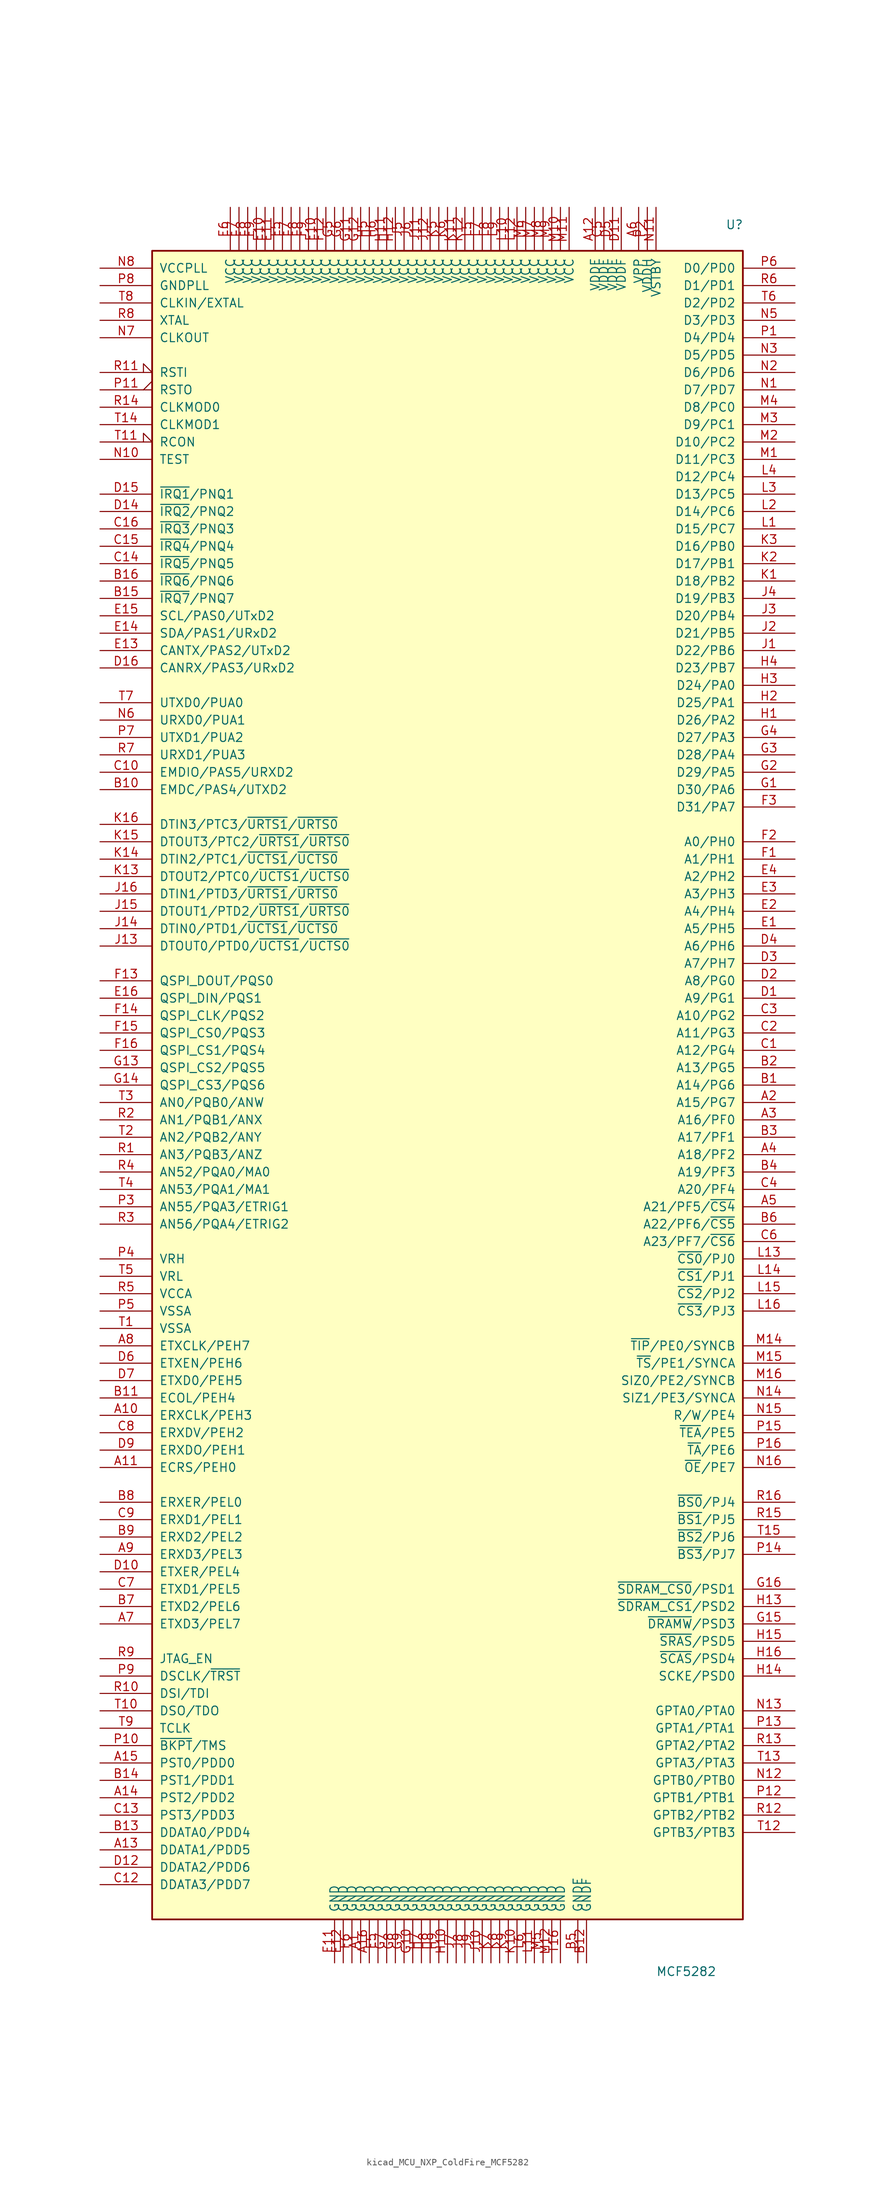
<source format=kicad_sym>
(kicad_symbol_lib
  (version 20220914)
  (generator kicad_symbol_editor)
  (symbol "kicad_MCU_NXP_ColdFire_MCF5282"
    (pin_names
      (offset 1.016))
    (property "Reference" "U"
      (at 40.64 125.73 0)
      (effects (font (size 1.27 1.27)) (justify left)))
    (property "Value" "MCF5282"
      (at 30.48 -129.54 0)
      (effects (font (size 1.27 1.27)) (justify left)))
    (symbol "kicad_MCU_NXP_ColdFire_MCF5282_0_1"
      (rectangle (start -43.18 121.92) (end 43.18 -121.92) (stroke (width 0.254) (type default)) (fill (type background))))
    (symbol "kicad_MCU_NXP_ColdFire_MCF5282_1_1"
      (pin power_in line (at -12.7 -128.27 90) (length 6.35) (name "GND" (effects (font (size 1.27 1.27)))) (number "A1" (effects (font (size 1.27 1.27)))))
      (pin bidirectional line (at -50.8 -48.26 0) (length 7.62) (name "ERXCLK/PEH3" (effects (font (size 1.27 1.27)))) (number "A10" (effects (font (size 1.27 1.27)))))
      (pin bidirectional line (at -50.8 -55.88 0) (length 7.62) (name "ECRS/PEH0" (effects (font (size 1.27 1.27)))) (number "A11" (effects (font (size 1.27 1.27)))))
      (pin power_in line (at 21.59 128.27 270) (length 6.35) (name "VDDF" (effects (font (size 1.27 1.27)))) (number "A12" (effects (font (size 1.27 1.27)))))
      (pin output line (at -50.8 -111.76 0) (length 7.62) (name "DDATA1/PDD5" (effects (font (size 1.27 1.27)))) (number "A13" (effects (font (size 1.27 1.27)))))
      (pin output line (at -50.8 -104.14 0) (length 7.62) (name "PST2/PDD2" (effects (font (size 1.27 1.27)))) (number "A14" (effects (font (size 1.27 1.27)))))
      (pin output line (at -50.8 -99.06 0) (length 7.62) (name "PST0/PDD0" (effects (font (size 1.27 1.27)))) (number "A15" (effects (font (size 1.27 1.27)))))
      (pin power_in line (at -11.43 -128.27 90) (length 6.35) (name "GND" (effects (font (size 1.27 1.27)))) (number "A16" (effects (font (size 1.27 1.27)))))
      (pin bidirectional line (at 50.8 -2.54 180) (length 7.62) (name "A15/PG7" (effects (font (size 1.27 1.27)))) (number "A2" (effects (font (size 1.27 1.27)))))
      (pin bidirectional line (at 50.8 -5.08 180) (length 7.62) (name "A16/PF0" (effects (font (size 1.27 1.27)))) (number "A3" (effects (font (size 1.27 1.27)))))
      (pin bidirectional line (at 50.8 -10.16 180) (length 7.62) (name "A18/PF2" (effects (font (size 1.27 1.27)))) (number "A4" (effects (font (size 1.27 1.27)))))
      (pin bidirectional line (at 50.8 -17.78 180) (length 7.62) (name "A21/PF5/~{CS4}" (effects (font (size 1.27 1.27)))) (number "A5" (effects (font (size 1.27 1.27)))))
      (pin power_in line (at 27.94 128.27 270) (length 6.35) (name "VPP" (effects (font (size 1.27 1.27)))) (number "A6" (effects (font (size 1.27 1.27)))))
      (pin bidirectional line (at -50.8 -78.74 0) (length 7.62) (name "ETXD3/PEL7" (effects (font (size 1.27 1.27)))) (number "A7" (effects (font (size 1.27 1.27)))))
      (pin bidirectional line (at -50.8 -38.1 0) (length 7.62) (name "ETXCLK/PEH7" (effects (font (size 1.27 1.27)))) (number "A8" (effects (font (size 1.27 1.27)))))
      (pin bidirectional line (at -50.8 -68.58 0) (length 7.62) (name "ERXD3/PEL3" (effects (font (size 1.27 1.27)))) (number "A9" (effects (font (size 1.27 1.27)))))
      (pin bidirectional line (at 50.8 0 180) (length 7.62) (name "A14/PG6" (effects (font (size 1.27 1.27)))) (number "B1" (effects (font (size 1.27 1.27)))))
      (pin input line (at -50.8 43.18 0) (length 7.62) (name "EMDC/PAS4/UTXD2" (effects (font (size 1.27 1.27)))) (number "B10" (effects (font (size 1.27 1.27)))))
      (pin bidirectional line (at -50.8 -45.72 0) (length 7.62) (name "ECOL/PEH4" (effects (font (size 1.27 1.27)))) (number "B11" (effects (font (size 1.27 1.27)))))
      (pin power_in line (at 20.32 -128.27 90) (length 6.35) (name "GNDF" (effects (font (size 1.27 1.27)))) (number "B12" (effects (font (size 1.27 1.27)))))
      (pin output line (at -50.8 -109.22 0) (length 7.62) (name "DDATA0/PDD4" (effects (font (size 1.27 1.27)))) (number "B13" (effects (font (size 1.27 1.27)))))
      (pin output line (at -50.8 -101.6 0) (length 7.62) (name "PST1/PDD1" (effects (font (size 1.27 1.27)))) (number "B14" (effects (font (size 1.27 1.27)))))
      (pin bidirectional line (at -50.8 71.12 0) (length 7.62) (name "~{IRQ7}/PNQ7" (effects (font (size 1.27 1.27)))) (number "B15" (effects (font (size 1.27 1.27)))))
      (pin bidirectional line (at -50.8 73.66 0) (length 7.62) (name "~{IRQ6}/PNQ6" (effects (font (size 1.27 1.27)))) (number "B16" (effects (font (size 1.27 1.27)))))
      (pin bidirectional line (at 50.8 2.54 180) (length 7.62) (name "A13/PG5" (effects (font (size 1.27 1.27)))) (number "B2" (effects (font (size 1.27 1.27)))))
      (pin bidirectional line (at 50.8 -7.62 180) (length 7.62) (name "A17/PF1" (effects (font (size 1.27 1.27)))) (number "B3" (effects (font (size 1.27 1.27)))))
      (pin bidirectional line (at 50.8 -12.7 180) (length 7.62) (name "A19/PF3" (effects (font (size 1.27 1.27)))) (number "B4" (effects (font (size 1.27 1.27)))))
      (pin passive line (at 19.05 -128.27 90) (length 6.35) (name "GNDF" (effects (font (size 1.27 1.27)))) (number "B5" (effects (font (size 1.27 1.27)))))
      (pin bidirectional line (at 50.8 -20.32 180) (length 7.62) (name "A22/PF6/~{CS5}" (effects (font (size 1.27 1.27)))) (number "B6" (effects (font (size 1.27 1.27)))))
      (pin bidirectional line (at -50.8 -76.2 0) (length 7.62) (name "ETXD2/PEL6" (effects (font (size 1.27 1.27)))) (number "B7" (effects (font (size 1.27 1.27)))))
      (pin bidirectional line (at -50.8 -60.96 0) (length 7.62) (name "ERXER/PEL0" (effects (font (size 1.27 1.27)))) (number "B8" (effects (font (size 1.27 1.27)))))
      (pin bidirectional line (at -50.8 -66.04 0) (length 7.62) (name "ERXD2/PEL2" (effects (font (size 1.27 1.27)))) (number "B9" (effects (font (size 1.27 1.27)))))
      (pin bidirectional line (at 50.8 5.08 180) (length 7.62) (name "A12/PG4" (effects (font (size 1.27 1.27)))) (number "C1" (effects (font (size 1.27 1.27)))))
      (pin bidirectional line (at -50.8 45.72 0) (length 7.62) (name "EMDIO/PAS5/URXD2" (effects (font (size 1.27 1.27)))) (number "C10" (effects (font (size 1.27 1.27)))))
      (pin output line (at -50.8 -116.84 0) (length 7.62) (name "DDATA3/PDD7" (effects (font (size 1.27 1.27)))) (number "C12" (effects (font (size 1.27 1.27)))))
      (pin output line (at -50.8 -106.68 0) (length 7.62) (name "PST3/PDD3" (effects (font (size 1.27 1.27)))) (number "C13" (effects (font (size 1.27 1.27)))))
      (pin bidirectional line (at -50.8 76.2 0) (length 7.62) (name "~{IRQ5}/PNQ5" (effects (font (size 1.27 1.27)))) (number "C14" (effects (font (size 1.27 1.27)))))
      (pin bidirectional line (at -50.8 78.74 0) (length 7.62) (name "~{IRQ4}/PNQ4" (effects (font (size 1.27 1.27)))) (number "C15" (effects (font (size 1.27 1.27)))))
      (pin bidirectional line (at -50.8 81.28 0) (length 7.62) (name "~{IRQ3}/PNQ3" (effects (font (size 1.27 1.27)))) (number "C16" (effects (font (size 1.27 1.27)))))
      (pin bidirectional line (at 50.8 7.62 180) (length 7.62) (name "A11/PG3" (effects (font (size 1.27 1.27)))) (number "C2" (effects (font (size 1.27 1.27)))))
      (pin bidirectional line (at 50.8 10.16 180) (length 7.62) (name "A10/PG2" (effects (font (size 1.27 1.27)))) (number "C3" (effects (font (size 1.27 1.27)))))
      (pin bidirectional line (at 50.8 -15.24 180) (length 7.62) (name "A20/PF4" (effects (font (size 1.27 1.27)))) (number "C4" (effects (font (size 1.27 1.27)))))
      (pin power_in line (at 22.86 128.27 270) (length 6.35) (name "VDDF" (effects (font (size 1.27 1.27)))) (number "C5" (effects (font (size 1.27 1.27)))))
      (pin bidirectional line (at 50.8 -22.86 180) (length 7.62) (name "A23/PF7/~{CS6}" (effects (font (size 1.27 1.27)))) (number "C6" (effects (font (size 1.27 1.27)))))
      (pin bidirectional line (at -50.8 -73.66 0) (length 7.62) (name "ETXD1/PEL5" (effects (font (size 1.27 1.27)))) (number "C7" (effects (font (size 1.27 1.27)))))
      (pin bidirectional line (at -50.8 -50.8 0) (length 7.62) (name "ERXDV/PEH2" (effects (font (size 1.27 1.27)))) (number "C8" (effects (font (size 1.27 1.27)))))
      (pin bidirectional line (at -50.8 -63.5 0) (length 7.62) (name "ERXD1/PEL1" (effects (font (size 1.27 1.27)))) (number "C9" (effects (font (size 1.27 1.27)))))
      (pin bidirectional line (at 50.8 12.7 180) (length 7.62) (name "A9/PG1" (effects (font (size 1.27 1.27)))) (number "D1" (effects (font (size 1.27 1.27)))))
      (pin bidirectional line (at -50.8 -71.12 0) (length 7.62) (name "ETXER/PEL4" (effects (font (size 1.27 1.27)))) (number "D10" (effects (font (size 1.27 1.27)))))
      (pin power_in line (at 25.4 128.27 270) (length 6.35) (name "VDDF" (effects (font (size 1.27 1.27)))) (number "D11" (effects (font (size 1.27 1.27)))))
      (pin output line (at -50.8 -114.3 0) (length 7.62) (name "DDATA2/PDD6" (effects (font (size 1.27 1.27)))) (number "D12" (effects (font (size 1.27 1.27)))))
      (pin bidirectional line (at -50.8 83.82 0) (length 7.62) (name "~{IRQ2}/PNQ2" (effects (font (size 1.27 1.27)))) (number "D14" (effects (font (size 1.27 1.27)))))
      (pin bidirectional line (at -50.8 86.36 0) (length 7.62) (name "~{IRQ1}/PNQ1" (effects (font (size 1.27 1.27)))) (number "D15" (effects (font (size 1.27 1.27)))))
      (pin bidirectional line (at -50.8 60.96 0) (length 7.62) (name "CANRX/PAS3/URxD2" (effects (font (size 1.27 1.27)))) (number "D16" (effects (font (size 1.27 1.27)))))
      (pin bidirectional line (at 50.8 15.24 180) (length 7.62) (name "A8/PG0" (effects (font (size 1.27 1.27)))) (number "D2" (effects (font (size 1.27 1.27)))))
      (pin bidirectional line (at 50.8 17.78 180) (length 7.62) (name "A7/PH7" (effects (font (size 1.27 1.27)))) (number "D3" (effects (font (size 1.27 1.27)))))
      (pin bidirectional line (at 50.8 20.32 180) (length 7.62) (name "A6/PH6" (effects (font (size 1.27 1.27)))) (number "D4" (effects (font (size 1.27 1.27)))))
      (pin power_in line (at 24.13 128.27 270) (length 6.35) (name "VDDF" (effects (font (size 1.27 1.27)))) (number "D5" (effects (font (size 1.27 1.27)))))
      (pin bidirectional line (at -50.8 -40.64 0) (length 7.62) (name "ETXEN/PEH6" (effects (font (size 1.27 1.27)))) (number "D6" (effects (font (size 1.27 1.27)))))
      (pin bidirectional line (at -50.8 -43.18 0) (length 7.62) (name "ETXD0/PEH5" (effects (font (size 1.27 1.27)))) (number "D7" (effects (font (size 1.27 1.27)))))
      (pin bidirectional line (at -50.8 -53.34 0) (length 7.62) (name "ERXDO/PEH1" (effects (font (size 1.27 1.27)))) (number "D9" (effects (font (size 1.27 1.27)))))
      (pin bidirectional line (at 50.8 22.86 180) (length 7.62) (name "A5/PH5" (effects (font (size 1.27 1.27)))) (number "E1" (effects (font (size 1.27 1.27)))))
      (pin power_in line (at -26.67 128.27 270) (length 6.35) (name "VCC" (effects (font (size 1.27 1.27)))) (number "E10" (effects (font (size 1.27 1.27)))))
      (pin power_in line (at -25.4 128.27 270) (length 6.35) (name "VCC" (effects (font (size 1.27 1.27)))) (number "E11" (effects (font (size 1.27 1.27)))))
      (pin power_in line (at -15.24 -128.27 90) (length 6.35) (name "GND" (effects (font (size 1.27 1.27)))) (number "E12" (effects (font (size 1.27 1.27)))))
      (pin bidirectional line (at -50.8 63.5 0) (length 7.62) (name "CANTX/PAS2/UTxD2" (effects (font (size 1.27 1.27)))) (number "E13" (effects (font (size 1.27 1.27)))))
      (pin bidirectional line (at -50.8 66.04 0) (length 7.62) (name "SDA/PAS1/URxD2" (effects (font (size 1.27 1.27)))) (number "E14" (effects (font (size 1.27 1.27)))))
      (pin bidirectional line (at -50.8 68.58 0) (length 7.62) (name "SCL/PAS0/UTxD2" (effects (font (size 1.27 1.27)))) (number "E15" (effects (font (size 1.27 1.27)))))
      (pin bidirectional line (at -50.8 12.7 0) (length 7.62) (name "QSPI_DIN/PQS1" (effects (font (size 1.27 1.27)))) (number "E16" (effects (font (size 1.27 1.27)))))
      (pin bidirectional line (at 50.8 25.4 180) (length 7.62) (name "A4/PH4" (effects (font (size 1.27 1.27)))) (number "E2" (effects (font (size 1.27 1.27)))))
      (pin bidirectional line (at 50.8 27.94 180) (length 7.62) (name "A3/PH3" (effects (font (size 1.27 1.27)))) (number "E3" (effects (font (size 1.27 1.27)))))
      (pin bidirectional line (at 50.8 30.48 180) (length 7.62) (name "A2/PH2" (effects (font (size 1.27 1.27)))) (number "E4" (effects (font (size 1.27 1.27)))))
      (pin power_in line (at -10.16 -128.27 90) (length 6.35) (name "GND" (effects (font (size 1.27 1.27)))) (number "E5" (effects (font (size 1.27 1.27)))))
      (pin power_in line (at -31.75 128.27 270) (length 6.35) (name "VCC" (effects (font (size 1.27 1.27)))) (number "E6" (effects (font (size 1.27 1.27)))))
      (pin power_in line (at -30.48 128.27 270) (length 6.35) (name "VCC" (effects (font (size 1.27 1.27)))) (number "E7" (effects (font (size 1.27 1.27)))))
      (pin power_in line (at -29.21 128.27 270) (length 6.35) (name "VCC" (effects (font (size 1.27 1.27)))) (number "E8" (effects (font (size 1.27 1.27)))))
      (pin power_in line (at -27.94 128.27 270) (length 6.35) (name "VCC" (effects (font (size 1.27 1.27)))) (number "E9" (effects (font (size 1.27 1.27)))))
      (pin bidirectional line (at 50.8 33.02 180) (length 7.62) (name "A1/PH1" (effects (font (size 1.27 1.27)))) (number "F1" (effects (font (size 1.27 1.27)))))
      (pin power_in line (at -19.05 128.27 270) (length 6.35) (name "VCC" (effects (font (size 1.27 1.27)))) (number "F10" (effects (font (size 1.27 1.27)))))
      (pin power_in line (at -16.51 -128.27 90) (length 6.35) (name "GND" (effects (font (size 1.27 1.27)))) (number "F11" (effects (font (size 1.27 1.27)))))
      (pin power_in line (at -17.78 128.27 270) (length 6.35) (name "VCC" (effects (font (size 1.27 1.27)))) (number "F12" (effects (font (size 1.27 1.27)))))
      (pin bidirectional line (at -50.8 15.24 0) (length 7.62) (name "QSPI_DOUT/PQS0" (effects (font (size 1.27 1.27)))) (number "F13" (effects (font (size 1.27 1.27)))))
      (pin bidirectional line (at -50.8 10.16 0) (length 7.62) (name "QSPI_CLK/PQS2" (effects (font (size 1.27 1.27)))) (number "F14" (effects (font (size 1.27 1.27)))))
      (pin bidirectional line (at -50.8 7.62 0) (length 7.62) (name "QSPI_CS0/PQS3" (effects (font (size 1.27 1.27)))) (number "F15" (effects (font (size 1.27 1.27)))))
      (pin bidirectional line (at -50.8 5.08 0) (length 7.62) (name "QSPI_CS1/PQS4" (effects (font (size 1.27 1.27)))) (number "F16" (effects (font (size 1.27 1.27)))))
      (pin bidirectional line (at 50.8 35.56 180) (length 7.62) (name "A0/PH0" (effects (font (size 1.27 1.27)))) (number "F2" (effects (font (size 1.27 1.27)))))
      (pin bidirectional line (at 50.8 40.64 180) (length 7.62) (name "D31/PA7" (effects (font (size 1.27 1.27)))) (number "F3" (effects (font (size 1.27 1.27)))))
      (pin power_in line (at -24.13 128.27 270) (length 6.35) (name "VCC" (effects (font (size 1.27 1.27)))) (number "F5" (effects (font (size 1.27 1.27)))))
      (pin power_in line (at -13.97 -128.27 90) (length 6.35) (name "GND" (effects (font (size 1.27 1.27)))) (number "F6" (effects (font (size 1.27 1.27)))))
      (pin power_in line (at -22.86 128.27 270) (length 6.35) (name "VCC" (effects (font (size 1.27 1.27)))) (number "F7" (effects (font (size 1.27 1.27)))))
      (pin power_in line (at -21.59 128.27 270) (length 6.35) (name "VCC" (effects (font (size 1.27 1.27)))) (number "F8" (effects (font (size 1.27 1.27)))))
      (pin power_in line (at -20.32 128.27 270) (length 6.35) (name "VCC" (effects (font (size 1.27 1.27)))) (number "F9" (effects (font (size 1.27 1.27)))))
      (pin bidirectional line (at 50.8 43.18 180) (length 7.62) (name "D30/PA6" (effects (font (size 1.27 1.27)))) (number "G1" (effects (font (size 1.27 1.27)))))
      (pin power_in line (at -5.08 -128.27 90) (length 6.35) (name "GND" (effects (font (size 1.27 1.27)))) (number "G10" (effects (font (size 1.27 1.27)))))
      (pin power_in line (at -13.97 128.27 270) (length 6.35) (name "VCC" (effects (font (size 1.27 1.27)))) (number "G11" (effects (font (size 1.27 1.27)))))
      (pin power_in line (at -12.7 128.27 270) (length 6.35) (name "VCC" (effects (font (size 1.27 1.27)))) (number "G12" (effects (font (size 1.27 1.27)))))
      (pin bidirectional line (at -50.8 2.54 0) (length 7.62) (name "QSPI_CS2/PQS5" (effects (font (size 1.27 1.27)))) (number "G13" (effects (font (size 1.27 1.27)))))
      (pin bidirectional line (at -50.8 0 0) (length 7.62) (name "QSPI_CS3/PQS6" (effects (font (size 1.27 1.27)))) (number "G14" (effects (font (size 1.27 1.27)))))
      (pin bidirectional line (at 50.8 -78.74 180) (length 7.62) (name "~{DRAMW}/PSD3" (effects (font (size 1.27 1.27)))) (number "G15" (effects (font (size 1.27 1.27)))))
      (pin bidirectional line (at 50.8 -73.66 180) (length 7.62) (name "~{SDRAM_CS0}/PSD1" (effects (font (size 1.27 1.27)))) (number "G16" (effects (font (size 1.27 1.27)))))
      (pin bidirectional line (at 50.8 45.72 180) (length 7.62) (name "D29/PA5" (effects (font (size 1.27 1.27)))) (number "G2" (effects (font (size 1.27 1.27)))))
      (pin bidirectional line (at 50.8 48.26 180) (length 7.62) (name "D28/PA4" (effects (font (size 1.27 1.27)))) (number "G3" (effects (font (size 1.27 1.27)))))
      (pin bidirectional line (at 50.8 50.8 180) (length 7.62) (name "D27/PA3" (effects (font (size 1.27 1.27)))) (number "G4" (effects (font (size 1.27 1.27)))))
      (pin power_in line (at -16.51 128.27 270) (length 6.35) (name "VCC" (effects (font (size 1.27 1.27)))) (number "G5" (effects (font (size 1.27 1.27)))))
      (pin power_in line (at -15.24 128.27 270) (length 6.35) (name "VCC" (effects (font (size 1.27 1.27)))) (number "G6" (effects (font (size 1.27 1.27)))))
      (pin power_in line (at -8.89 -128.27 90) (length 6.35) (name "GND" (effects (font (size 1.27 1.27)))) (number "G7" (effects (font (size 1.27 1.27)))))
      (pin power_in line (at -7.62 -128.27 90) (length 6.35) (name "GND" (effects (font (size 1.27 1.27)))) (number "G8" (effects (font (size 1.27 1.27)))))
      (pin power_in line (at -6.35 -128.27 90) (length 6.35) (name "GND" (effects (font (size 1.27 1.27)))) (number "G9" (effects (font (size 1.27 1.27)))))
      (pin bidirectional line (at 50.8 53.34 180) (length 7.62) (name "D26/PA2" (effects (font (size 1.27 1.27)))) (number "H1" (effects (font (size 1.27 1.27)))))
      (pin power_in line (at 0 -128.27 90) (length 6.35) (name "GND" (effects (font (size 1.27 1.27)))) (number "H10" (effects (font (size 1.27 1.27)))))
      (pin power_in line (at -8.89 128.27 270) (length 6.35) (name "VCC" (effects (font (size 1.27 1.27)))) (number "H11" (effects (font (size 1.27 1.27)))))
      (pin power_in line (at -7.62 128.27 270) (length 6.35) (name "VCC" (effects (font (size 1.27 1.27)))) (number "H12" (effects (font (size 1.27 1.27)))))
      (pin output line (at 50.8 -76.2 180) (length 7.62) (name "~{SDRAM_CS1}/PSD2" (effects (font (size 1.27 1.27)))) (number "H13" (effects (font (size 1.27 1.27)))))
      (pin bidirectional line (at 50.8 -86.36 180) (length 7.62) (name "SCKE/PSD0" (effects (font (size 1.27 1.27)))) (number "H14" (effects (font (size 1.27 1.27)))))
      (pin bidirectional line (at 50.8 -81.28 180) (length 7.62) (name "~{SRAS}/PSD5" (effects (font (size 1.27 1.27)))) (number "H15" (effects (font (size 1.27 1.27)))))
      (pin bidirectional line (at 50.8 -83.82 180) (length 7.62) (name "~{SCAS}/PSD4" (effects (font (size 1.27 1.27)))) (number "H16" (effects (font (size 1.27 1.27)))))
      (pin bidirectional line (at 50.8 55.88 180) (length 7.62) (name "D25/PA1" (effects (font (size 1.27 1.27)))) (number "H2" (effects (font (size 1.27 1.27)))))
      (pin bidirectional line (at 50.8 58.42 180) (length 7.62) (name "D24/PA0" (effects (font (size 1.27 1.27)))) (number "H3" (effects (font (size 1.27 1.27)))))
      (pin bidirectional line (at 50.8 60.96 180) (length 7.62) (name "D23/PB7" (effects (font (size 1.27 1.27)))) (number "H4" (effects (font (size 1.27 1.27)))))
      (pin power_in line (at -11.43 128.27 270) (length 6.35) (name "VCC" (effects (font (size 1.27 1.27)))) (number "H5" (effects (font (size 1.27 1.27)))))
      (pin power_in line (at -10.16 128.27 270) (length 6.35) (name "VCC" (effects (font (size 1.27 1.27)))) (number "H6" (effects (font (size 1.27 1.27)))))
      (pin power_in line (at -3.81 -128.27 90) (length 6.35) (name "GND" (effects (font (size 1.27 1.27)))) (number "H7" (effects (font (size 1.27 1.27)))))
      (pin power_in line (at -2.54 -128.27 90) (length 6.35) (name "GND" (effects (font (size 1.27 1.27)))) (number "H8" (effects (font (size 1.27 1.27)))))
      (pin power_in line (at -1.27 -128.27 90) (length 6.35) (name "GND" (effects (font (size 1.27 1.27)))) (number "H9" (effects (font (size 1.27 1.27)))))
      (pin bidirectional line (at 50.8 63.5 180) (length 7.62) (name "D22/PB6" (effects (font (size 1.27 1.27)))) (number "J1" (effects (font (size 1.27 1.27)))))
      (pin power_in line (at 5.08 -128.27 90) (length 6.35) (name "GND" (effects (font (size 1.27 1.27)))) (number "J10" (effects (font (size 1.27 1.27)))))
      (pin power_in line (at -3.81 128.27 270) (length 6.35) (name "VCC" (effects (font (size 1.27 1.27)))) (number "J11" (effects (font (size 1.27 1.27)))))
      (pin power_in line (at -2.54 128.27 270) (length 6.35) (name "VCC" (effects (font (size 1.27 1.27)))) (number "J12" (effects (font (size 1.27 1.27)))))
      (pin input line (at -50.8 20.32 0) (length 7.62) (name "DTOUT0/PTD0/~{UCTS1}/~{UCTS0}" (effects (font (size 1.27 1.27)))) (number "J13" (effects (font (size 1.27 1.27)))))
      (pin bidirectional line (at -50.8 22.86 0) (length 7.62) (name "DTIN0/PTD1/~{UCTS1}/~{UCTS0}" (effects (font (size 1.27 1.27)))) (number "J14" (effects (font (size 1.27 1.27)))))
      (pin bidirectional line (at -50.8 25.4 0) (length 7.62) (name "DTOUT1/PTD2/~{URTS1}/~{URTS0}" (effects (font (size 1.27 1.27)))) (number "J15" (effects (font (size 1.27 1.27)))))
      (pin bidirectional line (at -50.8 27.94 0) (length 7.62) (name "DTIN1/PTD3/~{URTS1}/~{URTS0}" (effects (font (size 1.27 1.27)))) (number "J16" (effects (font (size 1.27 1.27)))))
      (pin bidirectional line (at 50.8 66.04 180) (length 7.62) (name "D21/PB5" (effects (font (size 1.27 1.27)))) (number "J2" (effects (font (size 1.27 1.27)))))
      (pin bidirectional line (at 50.8 68.58 180) (length 7.62) (name "D20/PB4" (effects (font (size 1.27 1.27)))) (number "J3" (effects (font (size 1.27 1.27)))))
      (pin bidirectional line (at 50.8 71.12 180) (length 7.62) (name "D19/PB3" (effects (font (size 1.27 1.27)))) (number "J4" (effects (font (size 1.27 1.27)))))
      (pin power_in line (at -6.35 128.27 270) (length 6.35) (name "VCC" (effects (font (size 1.27 1.27)))) (number "J5" (effects (font (size 1.27 1.27)))))
      (pin power_in line (at -5.08 128.27 270) (length 6.35) (name "VCC" (effects (font (size 1.27 1.27)))) (number "J6" (effects (font (size 1.27 1.27)))))
      (pin power_in line (at 1.27 -128.27 90) (length 6.35) (name "GND" (effects (font (size 1.27 1.27)))) (number "J7" (effects (font (size 1.27 1.27)))))
      (pin power_in line (at 2.54 -128.27 90) (length 6.35) (name "GND" (effects (font (size 1.27 1.27)))) (number "J8" (effects (font (size 1.27 1.27)))))
      (pin power_in line (at 3.81 -128.27 90) (length 6.35) (name "GND" (effects (font (size 1.27 1.27)))) (number "J9" (effects (font (size 1.27 1.27)))))
      (pin bidirectional line (at 50.8 73.66 180) (length 7.62) (name "D18/PB2" (effects (font (size 1.27 1.27)))) (number "K1" (effects (font (size 1.27 1.27)))))
      (pin power_in line (at 10.16 -128.27 90) (length 6.35) (name "GND" (effects (font (size 1.27 1.27)))) (number "K10" (effects (font (size 1.27 1.27)))))
      (pin power_in line (at 1.27 128.27 270) (length 6.35) (name "VCC" (effects (font (size 1.27 1.27)))) (number "K11" (effects (font (size 1.27 1.27)))))
      (pin power_in line (at 2.54 128.27 270) (length 6.35) (name "VCC" (effects (font (size 1.27 1.27)))) (number "K12" (effects (font (size 1.27 1.27)))))
      (pin bidirectional line (at -50.8 30.48 0) (length 7.62) (name "DTOUT2/PTC0/~{UCTS1}/~{UCTS0}" (effects (font (size 1.27 1.27)))) (number "K13" (effects (font (size 1.27 1.27)))))
      (pin bidirectional line (at -50.8 33.02 0) (length 7.62) (name "DTIN2/PTC1/~{UCTS1}/~{UCTS0}" (effects (font (size 1.27 1.27)))) (number "K14" (effects (font (size 1.27 1.27)))))
      (pin bidirectional line (at -50.8 35.56 0) (length 7.62) (name "DTOUT3/PTC2/~{URTS1}/~{URTS0}" (effects (font (size 1.27 1.27)))) (number "K15" (effects (font (size 1.27 1.27)))))
      (pin bidirectional line (at -50.8 38.1 0) (length 7.62) (name "DTIN3/PTC3/~{URTS1}/~{URTS0}" (effects (font (size 1.27 1.27)))) (number "K16" (effects (font (size 1.27 1.27)))))
      (pin bidirectional line (at 50.8 76.2 180) (length 7.62) (name "D17/PB1" (effects (font (size 1.27 1.27)))) (number "K2" (effects (font (size 1.27 1.27)))))
      (pin bidirectional line (at 50.8 78.74 180) (length 7.62) (name "D16/PB0" (effects (font (size 1.27 1.27)))) (number "K3" (effects (font (size 1.27 1.27)))))
      (pin power_in line (at -1.27 128.27 270) (length 6.35) (name "VCC" (effects (font (size 1.27 1.27)))) (number "K5" (effects (font (size 1.27 1.27)))))
      (pin power_in line (at 0 128.27 270) (length 6.35) (name "VCC" (effects (font (size 1.27 1.27)))) (number "K6" (effects (font (size 1.27 1.27)))))
      (pin power_in line (at 6.35 -128.27 90) (length 6.35) (name "GND" (effects (font (size 1.27 1.27)))) (number "K7" (effects (font (size 1.27 1.27)))))
      (pin power_in line (at 7.62 -128.27 90) (length 6.35) (name "GND" (effects (font (size 1.27 1.27)))) (number "K8" (effects (font (size 1.27 1.27)))))
      (pin power_in line (at 8.89 -128.27 90) (length 6.35) (name "GND" (effects (font (size 1.27 1.27)))) (number "K9" (effects (font (size 1.27 1.27)))))
      (pin bidirectional line (at 50.8 81.28 180) (length 7.62) (name "D15/PC7" (effects (font (size 1.27 1.27)))) (number "L1" (effects (font (size 1.27 1.27)))))
      (pin power_in line (at 8.89 128.27 270) (length 6.35) (name "VCC" (effects (font (size 1.27 1.27)))) (number "L10" (effects (font (size 1.27 1.27)))))
      (pin power_in line (at 12.7 -128.27 90) (length 6.35) (name "GND" (effects (font (size 1.27 1.27)))) (number "L11" (effects (font (size 1.27 1.27)))))
      (pin power_in line (at 10.16 128.27 270) (length 6.35) (name "VCC" (effects (font (size 1.27 1.27)))) (number "L12" (effects (font (size 1.27 1.27)))))
      (pin bidirectional line (at 50.8 -25.4 180) (length 7.62) (name "~{CS0}/PJ0" (effects (font (size 1.27 1.27)))) (number "L13" (effects (font (size 1.27 1.27)))))
      (pin bidirectional line (at 50.8 -27.94 180) (length 7.62) (name "~{CS1}/PJ1" (effects (font (size 1.27 1.27)))) (number "L14" (effects (font (size 1.27 1.27)))))
      (pin bidirectional line (at 50.8 -30.48 180) (length 7.62) (name "~{CS2}/PJ2" (effects (font (size 1.27 1.27)))) (number "L15" (effects (font (size 1.27 1.27)))))
      (pin bidirectional line (at 50.8 -33.02 180) (length 7.62) (name "~{CS3}/PJ3" (effects (font (size 1.27 1.27)))) (number "L16" (effects (font (size 1.27 1.27)))))
      (pin bidirectional line (at 50.8 83.82 180) (length 7.62) (name "D14/PC6" (effects (font (size 1.27 1.27)))) (number "L2" (effects (font (size 1.27 1.27)))))
      (pin bidirectional line (at 50.8 86.36 180) (length 7.62) (name "D13/PC5" (effects (font (size 1.27 1.27)))) (number "L3" (effects (font (size 1.27 1.27)))))
      (pin bidirectional line (at 50.8 88.9 180) (length 7.62) (name "D12/PC4" (effects (font (size 1.27 1.27)))) (number "L4" (effects (font (size 1.27 1.27)))))
      (pin power_in line (at 3.81 128.27 270) (length 6.35) (name "VCC" (effects (font (size 1.27 1.27)))) (number "L5" (effects (font (size 1.27 1.27)))))
      (pin power_in line (at 11.43 -128.27 90) (length 6.35) (name "GND" (effects (font (size 1.27 1.27)))) (number "L6" (effects (font (size 1.27 1.27)))))
      (pin power_in line (at 5.08 128.27 270) (length 6.35) (name "VCC" (effects (font (size 1.27 1.27)))) (number "L7" (effects (font (size 1.27 1.27)))))
      (pin power_in line (at 6.35 128.27 270) (length 6.35) (name "VCC" (effects (font (size 1.27 1.27)))) (number "L8" (effects (font (size 1.27 1.27)))))
      (pin power_in line (at 7.62 128.27 270) (length 6.35) (name "VCC" (effects (font (size 1.27 1.27)))) (number "L9" (effects (font (size 1.27 1.27)))))
      (pin bidirectional line (at 50.8 91.44 180) (length 7.62) (name "D11/PC3" (effects (font (size 1.27 1.27)))) (number "M1" (effects (font (size 1.27 1.27)))))
      (pin power_in line (at 16.51 128.27 270) (length 6.35) (name "VCC" (effects (font (size 1.27 1.27)))) (number "M10" (effects (font (size 1.27 1.27)))))
      (pin power_in line (at 17.78 128.27 270) (length 6.35) (name "VCC" (effects (font (size 1.27 1.27)))) (number "M11" (effects (font (size 1.27 1.27)))))
      (pin power_in line (at 15.24 -128.27 90) (length 6.35) (name "GND" (effects (font (size 1.27 1.27)))) (number "M12" (effects (font (size 1.27 1.27)))))
      (pin bidirectional line (at 50.8 -38.1 180) (length 7.62) (name "~{TIP}/PE0/SYNCB" (effects (font (size 1.27 1.27)))) (number "M14" (effects (font (size 1.27 1.27)))))
      (pin bidirectional line (at 50.8 -40.64 180) (length 7.62) (name "~{TS}/PE1/SYNCA" (effects (font (size 1.27 1.27)))) (number "M15" (effects (font (size 1.27 1.27)))))
      (pin bidirectional line (at 50.8 -43.18 180) (length 7.62) (name "SIZ0/PE2/SYNCB" (effects (font (size 1.27 1.27)))) (number "M16" (effects (font (size 1.27 1.27)))))
      (pin bidirectional line (at 50.8 93.98 180) (length 7.62) (name "D10/PC2" (effects (font (size 1.27 1.27)))) (number "M2" (effects (font (size 1.27 1.27)))))
      (pin bidirectional line (at 50.8 96.52 180) (length 7.62) (name "D9/PC1" (effects (font (size 1.27 1.27)))) (number "M3" (effects (font (size 1.27 1.27)))))
      (pin bidirectional line (at 50.8 99.06 180) (length 7.62) (name "D8/PC0" (effects (font (size 1.27 1.27)))) (number "M4" (effects (font (size 1.27 1.27)))))
      (pin power_in line (at 13.97 -128.27 90) (length 6.35) (name "GND" (effects (font (size 1.27 1.27)))) (number "M5" (effects (font (size 1.27 1.27)))))
      (pin power_in line (at 11.43 128.27 270) (length 6.35) (name "VCC" (effects (font (size 1.27 1.27)))) (number "M6" (effects (font (size 1.27 1.27)))))
      (pin power_in line (at 12.7 128.27 270) (length 6.35) (name "VCC" (effects (font (size 1.27 1.27)))) (number "M7" (effects (font (size 1.27 1.27)))))
      (pin power_in line (at 13.97 128.27 270) (length 6.35) (name "VCC" (effects (font (size 1.27 1.27)))) (number "M8" (effects (font (size 1.27 1.27)))))
      (pin power_in line (at 15.24 128.27 270) (length 6.35) (name "VCC" (effects (font (size 1.27 1.27)))) (number "M9" (effects (font (size 1.27 1.27)))))
      (pin bidirectional line (at 50.8 101.6 180) (length 7.62) (name "D7/PD7" (effects (font (size 1.27 1.27)))) (number "N1" (effects (font (size 1.27 1.27)))))
      (pin input line (at -50.8 91.44 0) (length 7.62) (name "TEST" (effects (font (size 1.27 1.27)))) (number "N10" (effects (font (size 1.27 1.27)))))
      (pin power_in line (at 30.48 128.27 270) (length 6.35) (name "VSTBY" (effects (font (size 1.27 1.27)))) (number "N11" (effects (font (size 1.27 1.27)))))
      (pin bidirectional line (at 50.8 -101.6 180) (length 7.62) (name "GPTB0/PTB0" (effects (font (size 1.27 1.27)))) (number "N12" (effects (font (size 1.27 1.27)))))
      (pin bidirectional line (at 50.8 -91.44 180) (length 7.62) (name "GPTA0/PTA0" (effects (font (size 1.27 1.27)))) (number "N13" (effects (font (size 1.27 1.27)))))
      (pin bidirectional line (at 50.8 -45.72 180) (length 7.62) (name "SIZ1/PE3/SYNCA" (effects (font (size 1.27 1.27)))) (number "N14" (effects (font (size 1.27 1.27)))))
      (pin bidirectional line (at 50.8 -48.26 180) (length 7.62) (name "R/W/PE4" (effects (font (size 1.27 1.27)))) (number "N15" (effects (font (size 1.27 1.27)))))
      (pin bidirectional line (at 50.8 -55.88 180) (length 7.62) (name "~{OE}/PE7" (effects (font (size 1.27 1.27)))) (number "N16" (effects (font (size 1.27 1.27)))))
      (pin bidirectional line (at 50.8 104.14 180) (length 7.62) (name "D6/PD6" (effects (font (size 1.27 1.27)))) (number "N2" (effects (font (size 1.27 1.27)))))
      (pin bidirectional line (at 50.8 106.68 180) (length 7.62) (name "D5/PD5" (effects (font (size 1.27 1.27)))) (number "N3" (effects (font (size 1.27 1.27)))))
      (pin bidirectional line (at 50.8 111.76 180) (length 7.62) (name "D3/PD3" (effects (font (size 1.27 1.27)))) (number "N5" (effects (font (size 1.27 1.27)))))
      (pin bidirectional line (at -50.8 53.34 0) (length 7.62) (name "URXD0/PUA1" (effects (font (size 1.27 1.27)))) (number "N6" (effects (font (size 1.27 1.27)))))
      (pin output line (at -50.8 109.22 0) (length 7.62) (name "CLKOUT" (effects (font (size 1.27 1.27)))) (number "N7" (effects (font (size 1.27 1.27)))))
      (pin passive line (at -50.8 119.38 0) (length 7.62) (name "VCCPLL" (effects (font (size 1.27 1.27)))) (number "N8" (effects (font (size 1.27 1.27)))))
      (pin bidirectional line (at 50.8 109.22 180) (length 7.62) (name "D4/PD4" (effects (font (size 1.27 1.27)))) (number "P1" (effects (font (size 1.27 1.27)))))
      (pin input line (at -50.8 -96.52 0) (length 7.62) (name "~{BKPT}/TMS" (effects (font (size 1.27 1.27)))) (number "P10" (effects (font (size 1.27 1.27)))))
      (pin output output_low (at -50.8 101.6 0) (length 7.62) (name "RSTO" (effects (font (size 1.27 1.27)))) (number "P11" (effects (font (size 1.27 1.27)))))
      (pin bidirectional line (at 50.8 -104.14 180) (length 7.62) (name "GPTB1/PTB1" (effects (font (size 1.27 1.27)))) (number "P12" (effects (font (size 1.27 1.27)))))
      (pin bidirectional line (at 50.8 -93.98 180) (length 7.62) (name "GPTA1/PTA1" (effects (font (size 1.27 1.27)))) (number "P13" (effects (font (size 1.27 1.27)))))
      (pin bidirectional line (at 50.8 -68.58 180) (length 7.62) (name "~{BS3}/PJ7" (effects (font (size 1.27 1.27)))) (number "P14" (effects (font (size 1.27 1.27)))))
      (pin bidirectional line (at 50.8 -50.8 180) (length 7.62) (name "~{TEA}/PE5" (effects (font (size 1.27 1.27)))) (number "P15" (effects (font (size 1.27 1.27)))))
      (pin bidirectional line (at 50.8 -53.34 180) (length 7.62) (name "~{TA}/PE6" (effects (font (size 1.27 1.27)))) (number "P16" (effects (font (size 1.27 1.27)))))
      (pin power_in line (at 29.21 128.27 270) (length 6.35) (name "VDDH" (effects (font (size 1.27 1.27)))) (number "P2" (effects (font (size 1.27 1.27)))))
      (pin bidirectional line (at -50.8 -17.78 0) (length 7.62) (name "AN55/PQA3/ETRIG1" (effects (font (size 1.27 1.27)))) (number "P3" (effects (font (size 1.27 1.27)))))
      (pin input line (at -50.8 -25.4 0) (length 7.62) (name "VRH" (effects (font (size 1.27 1.27)))) (number "P4" (effects (font (size 1.27 1.27)))))
      (pin input line (at -50.8 -33.02 0) (length 7.62) (name "VSSA" (effects (font (size 1.27 1.27)))) (number "P5" (effects (font (size 1.27 1.27)))))
      (pin bidirectional line (at 50.8 119.38 180) (length 7.62) (name "D0/PD0" (effects (font (size 1.27 1.27)))) (number "P6" (effects (font (size 1.27 1.27)))))
      (pin bidirectional line (at -50.8 50.8 0) (length 7.62) (name "UTXD1/PUA2" (effects (font (size 1.27 1.27)))) (number "P7" (effects (font (size 1.27 1.27)))))
      (pin passive line (at -50.8 116.84 0) (length 7.62) (name "GNDPLL" (effects (font (size 1.27 1.27)))) (number "P8" (effects (font (size 1.27 1.27)))))
      (pin input line (at -50.8 -86.36 0) (length 7.62) (name "DSCLK/~{TRST}" (effects (font (size 1.27 1.27)))) (number "P9" (effects (font (size 1.27 1.27)))))
      (pin bidirectional line (at -50.8 -10.16 0) (length 7.62) (name "AN3/PQB3/ANZ" (effects (font (size 1.27 1.27)))) (number "R1" (effects (font (size 1.27 1.27)))))
      (pin input line (at -50.8 -88.9 0) (length 7.62) (name "DSI/TDI" (effects (font (size 1.27 1.27)))) (number "R10" (effects (font (size 1.27 1.27)))))
      (pin input input_low (at -50.8 104.14 0) (length 7.62) (name "RSTI" (effects (font (size 1.27 1.27)))) (number "R11" (effects (font (size 1.27 1.27)))))
      (pin bidirectional line (at 50.8 -106.68 180) (length 7.62) (name "GPTB2/PTB2" (effects (font (size 1.27 1.27)))) (number "R12" (effects (font (size 1.27 1.27)))))
      (pin bidirectional line (at 50.8 -96.52 180) (length 7.62) (name "GPTA2/PTA2" (effects (font (size 1.27 1.27)))) (number "R13" (effects (font (size 1.27 1.27)))))
      (pin input line (at -50.8 99.06 0) (length 7.62) (name "CLKMOD0" (effects (font (size 1.27 1.27)))) (number "R14" (effects (font (size 1.27 1.27)))))
      (pin bidirectional line (at 50.8 -63.5 180) (length 7.62) (name "~{BS1}/PJ5" (effects (font (size 1.27 1.27)))) (number "R15" (effects (font (size 1.27 1.27)))))
      (pin bidirectional line (at 50.8 -60.96 180) (length 7.62) (name "~{BS0}/PJ4" (effects (font (size 1.27 1.27)))) (number "R16" (effects (font (size 1.27 1.27)))))
      (pin bidirectional line (at -50.8 -5.08 0) (length 7.62) (name "AN1/PQB1/ANX" (effects (font (size 1.27 1.27)))) (number "R2" (effects (font (size 1.27 1.27)))))
      (pin bidirectional line (at -50.8 -20.32 0) (length 7.62) (name "AN56/PQA4/ETRIG2" (effects (font (size 1.27 1.27)))) (number "R3" (effects (font (size 1.27 1.27)))))
      (pin bidirectional line (at -50.8 -12.7 0) (length 7.62) (name "AN52/PQA0/MA0" (effects (font (size 1.27 1.27)))) (number "R4" (effects (font (size 1.27 1.27)))))
      (pin input line (at -50.8 -30.48 0) (length 7.62) (name "VCCA" (effects (font (size 1.27 1.27)))) (number "R5" (effects (font (size 1.27 1.27)))))
      (pin bidirectional line (at 50.8 116.84 180) (length 7.62) (name "D1/PD1" (effects (font (size 1.27 1.27)))) (number "R6" (effects (font (size 1.27 1.27)))))
      (pin bidirectional line (at -50.8 48.26 0) (length 7.62) (name "URXD1/PUA3" (effects (font (size 1.27 1.27)))) (number "R7" (effects (font (size 1.27 1.27)))))
      (pin output line (at -50.8 111.76 0) (length 7.62) (name "XTAL" (effects (font (size 1.27 1.27)))) (number "R8" (effects (font (size 1.27 1.27)))))
      (pin input line (at -50.8 -83.82 0) (length 7.62) (name "JTAG_EN" (effects (font (size 1.27 1.27)))) (number "R9" (effects (font (size 1.27 1.27)))))
      (pin input line (at -50.8 -35.56 0) (length 7.62) (name "VSSA" (effects (font (size 1.27 1.27)))) (number "T1" (effects (font (size 1.27 1.27)))))
      (pin output line (at -50.8 -91.44 0) (length 7.62) (name "DSO/TDO" (effects (font (size 1.27 1.27)))) (number "T10" (effects (font (size 1.27 1.27)))))
      (pin input input_low (at -50.8 93.98 0) (length 7.62) (name "RCON" (effects (font (size 1.27 1.27)))) (number "T11" (effects (font (size 1.27 1.27)))))
      (pin bidirectional line (at 50.8 -109.22 180) (length 7.62) (name "GPTB3/PTB3" (effects (font (size 1.27 1.27)))) (number "T12" (effects (font (size 1.27 1.27)))))
      (pin bidirectional line (at 50.8 -99.06 180) (length 7.62) (name "GPTA3/PTA3" (effects (font (size 1.27 1.27)))) (number "T13" (effects (font (size 1.27 1.27)))))
      (pin input line (at -50.8 96.52 0) (length 7.62) (name "CLKMOD1" (effects (font (size 1.27 1.27)))) (number "T14" (effects (font (size 1.27 1.27)))))
      (pin bidirectional line (at 50.8 -66.04 180) (length 7.62) (name "~{BS2}/PJ6" (effects (font (size 1.27 1.27)))) (number "T15" (effects (font (size 1.27 1.27)))))
      (pin power_in line (at 16.51 -128.27 90) (length 6.35) (name "GND" (effects (font (size 1.27 1.27)))) (number "T16" (effects (font (size 1.27 1.27)))))
      (pin bidirectional line (at -50.8 -7.62 0) (length 7.62) (name "AN2/PQB2/ANY" (effects (font (size 1.27 1.27)))) (number "T2" (effects (font (size 1.27 1.27)))))
      (pin bidirectional line (at -50.8 -2.54 0) (length 7.62) (name "AN0/PQB0/ANW" (effects (font (size 1.27 1.27)))) (number "T3" (effects (font (size 1.27 1.27)))))
      (pin bidirectional line (at -50.8 -15.24 0) (length 7.62) (name "AN53/PQA1/MA1" (effects (font (size 1.27 1.27)))) (number "T4" (effects (font (size 1.27 1.27)))))
      (pin input line (at -50.8 -27.94 0) (length 7.62) (name "VRL" (effects (font (size 1.27 1.27)))) (number "T5" (effects (font (size 1.27 1.27)))))
      (pin bidirectional line (at 50.8 114.3 180) (length 7.62) (name "D2/PD2" (effects (font (size 1.27 1.27)))) (number "T6" (effects (font (size 1.27 1.27)))))
      (pin bidirectional line (at -50.8 55.88 0) (length 7.62) (name "UTXD0/PUA0" (effects (font (size 1.27 1.27)))) (number "T7" (effects (font (size 1.27 1.27)))))
      (pin input line (at -50.8 114.3 0) (length 7.62) (name "CLKIN/EXTAL" (effects (font (size 1.27 1.27)))) (number "T8" (effects (font (size 1.27 1.27)))))
      (pin input line (at -50.8 -93.98 0) (length 7.62) (name "TCLK" (effects (font (size 1.27 1.27)))) (number "T9" (effects (font (size 1.27 1.27))))))))
</source>
